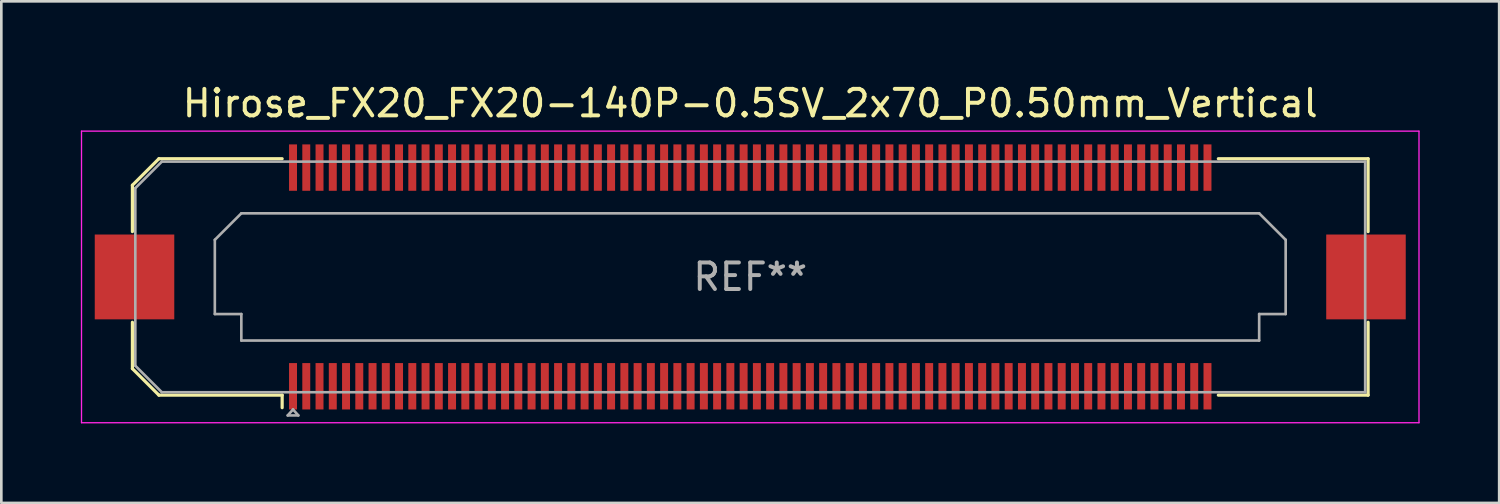
<source format=kicad_pcb>
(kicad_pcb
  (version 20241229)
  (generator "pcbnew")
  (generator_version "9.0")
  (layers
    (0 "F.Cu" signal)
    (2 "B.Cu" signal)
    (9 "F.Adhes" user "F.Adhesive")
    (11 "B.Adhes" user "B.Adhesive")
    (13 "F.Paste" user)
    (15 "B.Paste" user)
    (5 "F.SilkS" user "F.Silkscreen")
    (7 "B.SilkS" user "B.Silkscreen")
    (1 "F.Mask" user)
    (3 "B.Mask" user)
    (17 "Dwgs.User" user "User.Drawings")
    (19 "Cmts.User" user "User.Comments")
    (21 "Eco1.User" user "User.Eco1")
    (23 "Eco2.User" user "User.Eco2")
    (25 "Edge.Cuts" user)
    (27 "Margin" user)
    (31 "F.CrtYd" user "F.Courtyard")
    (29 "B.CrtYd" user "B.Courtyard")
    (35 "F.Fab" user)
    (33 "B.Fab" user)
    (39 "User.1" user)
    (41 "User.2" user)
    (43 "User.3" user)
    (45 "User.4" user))
  (footprint "Hirose_FX20_FX20-140P-0.5SV_2x70_P0.50mm_Vertical"
    (layer "F.Cu")
    (at 25.255 7.398)
    (property "Reference" "Hirose_FX20_FX20-140P-0.5SV_2x70_P0.50mm_Vertical" (at 0 -6.55 0) (layer "F.SilkS") (effects (font (size 1 1) (thickness 0.15))))
    (attr smd)
    (fp_line (start -23.31 -3.46) (end -22.31 -4.46) (stroke (width 0.12) (type solid)) (layer "F.SilkS"))
    (fp_line (start -23.31 -1.71) (end -23.31 -3.46) (stroke (width 0.12) (type solid)) (layer "F.SilkS"))
    (fp_line (start -23.31 3.46) (end -23.31 1.71) (stroke (width 0.12) (type solid)) (layer "F.SilkS"))
    (fp_line (start -22.31 -4.46) (end -17.66 -4.46) (stroke (width 0.12) (type solid)) (layer "F.SilkS"))
    (fp_line (start -22.31 4.46) (end -23.31 3.46) (stroke (width 0.12) (type solid)) (layer "F.SilkS"))
    (fp_line (start -17.66 4.46) (end -22.31 4.46) (stroke (width 0.12) (type solid)) (layer "F.SilkS"))
    (fp_line (start -17.66 4.933) (end -17.66 4.46) (stroke (width 0.12) (type solid)) (layer "F.SilkS"))
    (fp_line (start 17.66 4.46) (end 23.31 4.46) (stroke (width 0.12) (type solid)) (layer "F.SilkS"))
    (fp_line (start 23.31 -4.46) (end 17.66 -4.46) (stroke (width 0.12) (type solid)) (layer "F.SilkS"))
    (fp_line (start 23.31 -1.71) (end 23.31 -4.46) (stroke (width 0.12) (type solid)) (layer "F.SilkS"))
    (fp_line (start 23.31 4.46) (end 23.31 1.71) (stroke (width 0.12) (type solid)) (layer "F.SilkS"))
    (fp_line (start -25.23 -5.5) (end -25.23 5.5) (stroke (width 0.05) (type solid)) (layer "F.CrtYd"))
    (fp_line (start -25.23 5.5) (end 25.23 5.5) (stroke (width 0.05) (type solid)) (layer "F.CrtYd"))
    (fp_line (start 25.23 -5.5) (end -25.23 -5.5) (stroke (width 0.05) (type solid)) (layer "F.CrtYd"))
    (fp_line (start 25.23 5.5) (end 25.23 -5.5) (stroke (width 0.05) (type solid)) (layer "F.CrtYd"))
    (fp_line (start -23.2 -3.35) (end -22.2 -4.35) (stroke (width 0.1) (type solid)) (layer "F.Fab"))
    (fp_line (start -23.2 3.35) (end -23.2 -3.35) (stroke (width 0.1) (type solid)) (layer "F.Fab"))
    (fp_line (start -22.2 -4.35) (end 23.2 -4.35) (stroke (width 0.1) (type solid)) (layer "F.Fab"))
    (fp_line (start -22.2 4.35) (end -23.2 3.35) (stroke (width 0.1) (type solid)) (layer "F.Fab"))
    (fp_line (start -20.2 -1.4) (end -19.2 -2.4) (stroke (width 0.1) (type solid)) (layer "F.Fab"))
    (fp_line (start -20.2 1.4) (end -20.2 -1.4) (stroke (width 0.1) (type solid)) (layer "F.Fab"))
    (fp_line (start -19.2 -2.4) (end 19.2 -2.4) (stroke (width 0.1) (type solid)) (layer "F.Fab"))
    (fp_line (start -19.2 1.4) (end -20.2 1.4) (stroke (width 0.1) (type solid)) (layer "F.Fab"))
    (fp_line (start -19.2 2.4) (end -19.2 1.4) (stroke (width 0.1) (type solid)) (layer "F.Fab"))
    (fp_line (start -17.45 5.225) (end -17.25 5) (stroke (width 0.1) (type solid)) (layer "F.Fab"))
    (fp_line (start -17.25 5) (end -17.05 5.225) (stroke (width 0.1) (type solid)) (layer "F.Fab"))
    (fp_line (start -17.05 5.225) (end -17.45 5.225) (stroke (width 0.1) (type solid)) (layer "F.Fab"))
    (fp_line (start 19.2 -2.4) (end 20.2 -1.4) (stroke (width 0.1) (type solid)) (layer "F.Fab"))
    (fp_line (start 19.2 1.4) (end 19.2 2.4) (stroke (width 0.1) (type solid)) (layer "F.Fab"))
    (fp_line (start 19.2 2.4) (end -19.2 2.4) (stroke (width 0.1) (type solid)) (layer "F.Fab"))
    (fp_line (start 20.2 -1.4) (end 20.2 1.4) (stroke (width 0.1) (type solid)) (layer "F.Fab"))
    (fp_line (start 20.2 1.4) (end 19.2 1.4) (stroke (width 0.1) (type solid)) (layer "F.Fab"))
    (fp_line (start 23.2 -4.35) (end 23.2 4.35) (stroke (width 0.1) (type solid)) (layer "F.Fab"))
    (fp_line (start 23.2 4.35) (end -22.2 4.35) (stroke (width 0.1) (type solid)) (layer "F.Fab"))
    (fp_text user "REF**" (at 0 0 0) (layer "F.Fab") (effects (font (size 1 1) (thickness 0.15))))
    (pad "" smd rect (at -23.23 0) (size 2.98 3.18) (layers "F.Paste"))
    (pad "" smd rect (at -23.23 0) (size 3 3.2) (layers "F.Cu" "F.Mask"))
    (pad "" smd rect (at -17.25 -4.325) (size 0.28 1.35) (layers "F.Paste"))
    (pad "" smd rect (at -17.25 4.325) (size 0.28 1.35) (layers "F.Paste"))
    (pad "" smd rect (at -16.75 -4.325) (size 0.28 1.35) (layers "F.Paste"))
    (pad "" smd rect (at -16.75 4.325) (size 0.28 1.35) (layers "F.Paste"))
    (pad "" smd rect (at -16.25 -4.325) (size 0.28 1.35) (layers "F.Paste"))
    (pad "" smd rect (at -16.25 4.325) (size 0.28 1.35) (layers "F.Paste"))
    (pad "" smd rect (at -15.75 -4.325) (size 0.28 1.35) (layers "F.Paste"))
    (pad "" smd rect (at -15.75 4.325) (size 0.28 1.35) (layers "F.Paste"))
    (pad "" smd rect (at -15.25 -4.325) (size 0.28 1.35) (layers "F.Paste"))
    (pad "" smd rect (at -15.25 4.325) (size 0.28 1.35) (layers "F.Paste"))
    (pad "" smd rect (at -14.75 -4.325) (size 0.28 1.35) (layers "F.Paste"))
    (pad "" smd rect (at -14.75 4.325) (size 0.28 1.35) (layers "F.Paste"))
    (pad "" smd rect (at -14.25 -4.325) (size 0.28 1.35) (layers "F.Paste"))
    (pad "" smd rect (at -14.25 4.325) (size 0.28 1.35) (layers "F.Paste"))
    (pad "" smd rect (at -13.75 -4.325) (size 0.28 1.35) (layers "F.Paste"))
    (pad "" smd rect (at -13.75 4.325) (size 0.28 1.35) (layers "F.Paste"))
    (pad "" smd rect (at -13.25 -4.325) (size 0.28 1.35) (layers "F.Paste"))
    (pad "" smd rect (at -13.25 4.325) (size 0.28 1.35) (layers "F.Paste"))
    (pad "" smd rect (at -12.75 -4.325) (size 0.28 1.35) (layers "F.Paste"))
    (pad "" smd rect (at -12.75 4.325) (size 0.28 1.35) (layers "F.Paste"))
    (pad "" smd rect (at -12.25 -4.325) (size 0.28 1.35) (layers "F.Paste"))
    (pad "" smd rect (at -12.25 4.325) (size 0.28 1.35) (layers "F.Paste"))
    (pad "" smd rect (at -11.75 -4.325) (size 0.28 1.35) (layers "F.Paste"))
    (pad "" smd rect (at -11.75 4.325) (size 0.28 1.35) (layers "F.Paste"))
    (pad "" smd rect (at -11.25 -4.325) (size 0.28 1.35) (layers "F.Paste"))
    (pad "" smd rect (at -11.25 4.325) (size 0.28 1.35) (layers "F.Paste"))
    (pad "" smd rect (at -10.75 -4.325) (size 0.28 1.35) (layers "F.Paste"))
    (pad "" smd rect (at -10.75 4.325) (size 0.28 1.35) (layers "F.Paste"))
    (pad "" smd rect (at -10.25 -4.325) (size 0.28 1.35) (layers "F.Paste"))
    (pad "" smd rect (at -10.25 4.325) (size 0.28 1.35) (layers "F.Paste"))
    (pad "" smd rect (at -9.75 -4.325) (size 0.28 1.35) (layers "F.Paste"))
    (pad "" smd rect (at -9.75 4.325) (size 0.28 1.35) (layers "F.Paste"))
    (pad "" smd rect (at -9.25 -4.325) (size 0.28 1.35) (layers "F.Paste"))
    (pad "" smd rect (at -9.25 4.325) (size 0.28 1.35) (layers "F.Paste"))
    (pad "" smd rect (at -8.75 -4.325) (size 0.28 1.35) (layers "F.Paste"))
    (pad "" smd rect (at -8.75 4.325) (size 0.28 1.35) (layers "F.Paste"))
    (pad "" smd rect (at -8.25 -4.325) (size 0.28 1.35) (layers "F.Paste"))
    (pad "" smd rect (at -8.25 4.325) (size 0.28 1.35) (layers "F.Paste"))
    (pad "" smd rect (at -7.75 -4.325) (size 0.28 1.35) (layers "F.Paste"))
    (pad "" smd rect (at -7.75 4.325) (size 0.28 1.35) (layers "F.Paste"))
    (pad "" smd rect (at -7.25 -4.325) (size 0.28 1.35) (layers "F.Paste"))
    (pad "" smd rect (at -7.25 4.325) (size 0.28 1.35) (layers "F.Paste"))
    (pad "" smd rect (at -6.75 -4.325) (size 0.28 1.35) (layers "F.Paste"))
    (pad "" smd rect (at -6.75 4.325) (size 0.28 1.35) (layers "F.Paste"))
    (pad "" smd rect (at -6.25 -4.325) (size 0.28 1.35) (layers "F.Paste"))
    (pad "" smd rect (at -6.25 4.325) (size 0.28 1.35) (layers "F.Paste"))
    (pad "" smd rect (at -5.75 -4.325) (size 0.28 1.35) (layers "F.Paste"))
    (pad "" smd rect (at -5.75 4.325) (size 0.28 1.35) (layers "F.Paste"))
    (pad "" smd rect (at -5.25 -4.325) (size 0.28 1.35) (layers "F.Paste"))
    (pad "" smd rect (at -5.25 4.325) (size 0.28 1.35) (layers "F.Paste"))
    (pad "" smd rect (at -4.75 -4.325) (size 0.28 1.35) (layers "F.Paste"))
    (pad "" smd rect (at -4.75 4.325) (size 0.28 1.35) (layers "F.Paste"))
    (pad "" smd rect (at -4.25 -4.325) (size 0.28 1.35) (layers "F.Paste"))
    (pad "" smd rect (at -4.25 4.325) (size 0.28 1.35) (layers "F.Paste"))
    (pad "" smd rect (at -3.75 -4.325) (size 0.28 1.35) (layers "F.Paste"))
    (pad "" smd rect (at -3.75 4.325) (size 0.28 1.35) (layers "F.Paste"))
    (pad "" smd rect (at -3.25 -4.325) (size 0.28 1.35) (layers "F.Paste"))
    (pad "" smd rect (at -3.25 4.325) (size 0.28 1.35) (layers "F.Paste"))
    (pad "" smd rect (at -2.75 -4.325) (size 0.28 1.35) (layers "F.Paste"))
    (pad "" smd rect (at -2.75 4.325) (size 0.28 1.35) (layers "F.Paste"))
    (pad "" smd rect (at -2.25 -4.325) (size 0.28 1.35) (layers "F.Paste"))
    (pad "" smd rect (at -2.25 4.325) (size 0.28 1.35) (layers "F.Paste"))
    (pad "" smd rect (at -1.75 -4.325) (size 0.28 1.35) (layers "F.Paste"))
    (pad "" smd rect (at -1.75 4.325) (size 0.28 1.35) (layers "F.Paste"))
    (pad "" smd rect (at -1.25 -4.325) (size 0.28 1.35) (layers "F.Paste"))
    (pad "" smd rect (at -1.25 4.325) (size 0.28 1.35) (layers "F.Paste"))
    (pad "" smd rect (at -0.75 -4.325) (size 0.28 1.35) (layers "F.Paste"))
    (pad "" smd rect (at -0.75 4.325) (size 0.28 1.35) (layers "F.Paste"))
    (pad "" smd rect (at -0.25 -4.325) (size 0.28 1.35) (layers "F.Paste"))
    (pad "" smd rect (at -0.25 4.325) (size 0.28 1.35) (layers "F.Paste"))
    (pad "" smd rect (at 0.25 -4.325) (size 0.28 1.35) (layers "F.Paste"))
    (pad "" smd rect (at 0.25 4.325) (size 0.28 1.35) (layers "F.Paste"))
    (pad "" smd rect (at 0.75 -4.325) (size 0.28 1.35) (layers "F.Paste"))
    (pad "" smd rect (at 0.75 4.325) (size 0.28 1.35) (layers "F.Paste"))
    (pad "" smd rect (at 1.25 -4.325) (size 0.28 1.35) (layers "F.Paste"))
    (pad "" smd rect (at 1.25 4.325) (size 0.28 1.35) (layers "F.Paste"))
    (pad "" smd rect (at 1.75 -4.325) (size 0.28 1.35) (layers "F.Paste"))
    (pad "" smd rect (at 1.75 4.325) (size 0.28 1.35) (layers "F.Paste"))
    (pad "" smd rect (at 2.25 -4.325) (size 0.28 1.35) (layers "F.Paste"))
    (pad "" smd rect (at 2.25 4.325) (size 0.28 1.35) (layers "F.Paste"))
    (pad "" smd rect (at 2.75 -4.325) (size 0.28 1.35) (layers "F.Paste"))
    (pad "" smd rect (at 2.75 4.325) (size 0.28 1.35) (layers "F.Paste"))
    (pad "" smd rect (at 3.25 -4.325) (size 0.28 1.35) (layers "F.Paste"))
    (pad "" smd rect (at 3.25 4.325) (size 0.28 1.35) (layers "F.Paste"))
    (pad "" smd rect (at 3.75 -4.325) (size 0.28 1.35) (layers "F.Paste"))
    (pad "" smd rect (at 3.75 4.325) (size 0.28 1.35) (layers "F.Paste"))
    (pad "" smd rect (at 4.25 -4.325) (size 0.28 1.35) (layers "F.Paste"))
    (pad "" smd rect (at 4.25 4.325) (size 0.28 1.35) (layers "F.Paste"))
    (pad "" smd rect (at 4.75 -4.325) (size 0.28 1.35) (layers "F.Paste"))
    (pad "" smd rect (at 4.75 4.325) (size 0.28 1.35) (layers "F.Paste"))
    (pad "" smd rect (at 5.25 -4.325) (size 0.28 1.35) (layers "F.Paste"))
    (pad "" smd rect (at 5.25 4.325) (size 0.28 1.35) (layers "F.Paste"))
    (pad "" smd rect (at 5.75 -4.325) (size 0.28 1.35) (layers "F.Paste"))
    (pad "" smd rect (at 5.75 4.325) (size 0.28 1.35) (layers "F.Paste"))
    (pad "" smd rect (at 6.25 -4.325) (size 0.28 1.35) (layers "F.Paste"))
    (pad "" smd rect (at 6.25 4.325) (size 0.28 1.35) (layers "F.Paste"))
    (pad "" smd rect (at 6.75 -4.325) (size 0.28 1.35) (layers "F.Paste"))
    (pad "" smd rect (at 6.75 4.325) (size 0.28 1.35) (layers "F.Paste"))
    (pad "" smd rect (at 7.25 -4.325) (size 0.28 1.35) (layers "F.Paste"))
    (pad "" smd rect (at 7.25 4.325) (size 0.28 1.35) (layers "F.Paste"))
    (pad "" smd rect (at 7.75 -4.325) (size 0.28 1.35) (layers "F.Paste"))
    (pad "" smd rect (at 7.75 4.325) (size 0.28 1.35) (layers "F.Paste"))
    (pad "" smd rect (at 8.25 -4.325) (size 0.28 1.35) (layers "F.Paste"))
    (pad "" smd rect (at 8.25 4.325) (size 0.28 1.35) (layers "F.Paste"))
    (pad "" smd rect (at 8.75 -4.325) (size 0.28 1.35) (layers "F.Paste"))
    (pad "" smd rect (at 8.75 4.325) (size 0.28 1.35) (layers "F.Paste"))
    (pad "" smd rect (at 9.25 -4.325) (size 0.28 1.35) (layers "F.Paste"))
    (pad "" smd rect (at 9.25 4.325) (size 0.28 1.35) (layers "F.Paste"))
    (pad "" smd rect (at 9.75 -4.325) (size 0.28 1.35) (layers "F.Paste"))
    (pad "" smd rect (at 9.75 4.325) (size 0.28 1.35) (layers "F.Paste"))
    (pad "" smd rect (at 10.25 -4.325) (size 0.28 1.35) (layers "F.Paste"))
    (pad "" smd rect (at 10.25 4.325) (size 0.28 1.35) (layers "F.Paste"))
    (pad "" smd rect (at 10.75 -4.325) (size 0.28 1.35) (layers "F.Paste"))
    (pad "" smd rect (at 10.75 4.325) (size 0.28 1.35) (layers "F.Paste"))
    (pad "" smd rect (at 11.25 -4.325) (size 0.28 1.35) (layers "F.Paste"))
    (pad "" smd rect (at 11.25 4.325) (size 0.28 1.35) (layers "F.Paste"))
    (pad "" smd rect (at 11.75 -4.325) (size 0.28 1.35) (layers "F.Paste"))
    (pad "" smd rect (at 11.75 4.325) (size 0.28 1.35) (layers "F.Paste"))
    (pad "" smd rect (at 12.25 -4.325) (size 0.28 1.35) (layers "F.Paste"))
    (pad "" smd rect (at 12.25 4.325) (size 0.28 1.35) (layers "F.Paste"))
    (pad "" smd rect (at 12.75 -4.325) (size 0.28 1.35) (layers "F.Paste"))
    (pad "" smd rect (at 12.75 4.325) (size 0.28 1.35) (layers "F.Paste"))
    (pad "" smd rect (at 13.25 -4.325) (size 0.28 1.35) (layers "F.Paste"))
    (pad "" smd rect (at 13.25 4.325) (size 0.28 1.35) (layers "F.Paste"))
    (pad "" smd rect (at 13.75 -4.325) (size 0.28 1.35) (layers "F.Paste"))
    (pad "" smd rect (at 13.75 4.325) (size 0.28 1.35) (layers "F.Paste"))
    (pad "" smd rect (at 14.25 -4.325) (size 0.28 1.35) (layers "F.Paste"))
    (pad "" smd rect (at 14.25 4.325) (size 0.28 1.35) (layers "F.Paste"))
    (pad "" smd rect (at 14.75 -4.325) (size 0.28 1.35) (layers "F.Paste"))
    (pad "" smd rect (at 14.75 4.325) (size 0.28 1.35) (layers "F.Paste"))
    (pad "" smd rect (at 15.25 -4.325) (size 0.28 1.35) (layers "F.Paste"))
    (pad "" smd rect (at 15.25 4.325) (size 0.28 1.35) (layers "F.Paste"))
    (pad "" smd rect (at 15.75 -4.325) (size 0.28 1.35) (layers "F.Paste"))
    (pad "" smd rect (at 15.75 4.325) (size 0.28 1.35) (layers "F.Paste"))
    (pad "" smd rect (at 16.25 -4.325) (size 0.28 1.35) (layers "F.Paste"))
    (pad "" smd rect (at 16.25 4.325) (size 0.28 1.35) (layers "F.Paste"))
    (pad "" smd rect (at 16.75 -4.325) (size 0.28 1.35) (layers "F.Paste"))
    (pad "" smd rect (at 16.75 4.325) (size 0.28 1.35) (layers "F.Paste"))
    (pad "" smd rect (at 17.25 -4.325) (size 0.28 1.35) (layers "F.Paste"))
    (pad "" smd rect (at 17.25 4.325) (size 0.28 1.35) (layers "F.Paste"))
    (pad "" smd rect (at 23.23 0) (size 2.98 3.18) (layers "F.Paste"))
    (pad "" smd rect (at 23.23 0) (size 3 3.2) (layers "F.Cu" "F.Mask"))
    (pad "1" smd rect (at -17.25 4.125) (size 0.3 1.75) (layers "F.Cu" "F.Mask"))
    (pad "2" smd rect (at -17.25 -4.125) (size 0.3 1.75) (layers "F.Cu" "F.Mask"))
    (pad "3" smd rect (at -16.75 4.125) (size 0.3 1.75) (layers "F.Cu" "F.Mask"))
    (pad "4" smd rect (at -16.75 -4.125) (size 0.3 1.75) (layers "F.Cu" "F.Mask"))
    (pad "5" smd rect (at -16.25 4.125) (size 0.3 1.75) (layers "F.Cu" "F.Mask"))
    (pad "6" smd rect (at -16.25 -4.125) (size 0.3 1.75) (layers "F.Cu" "F.Mask"))
    (pad "7" smd rect (at -15.75 4.125) (size 0.3 1.75) (layers "F.Cu" "F.Mask"))
    (pad "8" smd rect (at -15.75 -4.125) (size 0.3 1.75) (layers "F.Cu" "F.Mask"))
    (pad "9" smd rect (at -15.25 4.125) (size 0.3 1.75) (layers "F.Cu" "F.Mask"))
    (pad "10" smd rect (at -15.25 -4.125) (size 0.3 1.75) (layers "F.Cu" "F.Mask"))
    (pad "11" smd rect (at -14.75 4.125) (size 0.3 1.75) (layers "F.Cu" "F.Mask"))
    (pad "12" smd rect (at -14.75 -4.125) (size 0.3 1.75) (layers "F.Cu" "F.Mask"))
    (pad "13" smd rect (at -14.25 4.125) (size 0.3 1.75) (layers "F.Cu" "F.Mask"))
    (pad "14" smd rect (at -14.25 -4.125) (size 0.3 1.75) (layers "F.Cu" "F.Mask"))
    (pad "15" smd rect (at -13.75 4.125) (size 0.3 1.75) (layers "F.Cu" "F.Mask"))
    (pad "16" smd rect (at -13.75 -4.125) (size 0.3 1.75) (layers "F.Cu" "F.Mask"))
    (pad "17" smd rect (at -13.25 4.125) (size 0.3 1.75) (layers "F.Cu" "F.Mask"))
    (pad "18" smd rect (at -13.25 -4.125) (size 0.3 1.75) (layers "F.Cu" "F.Mask"))
    (pad "19" smd rect (at -12.75 4.125) (size 0.3 1.75) (layers "F.Cu" "F.Mask"))
    (pad "20" smd rect (at -12.75 -4.125) (size 0.3 1.75) (layers "F.Cu" "F.Mask"))
    (pad "21" smd rect (at -12.25 4.125) (size 0.3 1.75) (layers "F.Cu" "F.Mask"))
    (pad "22" smd rect (at -12.25 -4.125) (size 0.3 1.75) (layers "F.Cu" "F.Mask"))
    (pad "23" smd rect (at -11.75 4.125) (size 0.3 1.75) (layers "F.Cu" "F.Mask"))
    (pad "24" smd rect (at -11.75 -4.125) (size 0.3 1.75) (layers "F.Cu" "F.Mask"))
    (pad "25" smd rect (at -11.25 4.125) (size 0.3 1.75) (layers "F.Cu" "F.Mask"))
    (pad "26" smd rect (at -11.25 -4.125) (size 0.3 1.75) (layers "F.Cu" "F.Mask"))
    (pad "27" smd rect (at -10.75 4.125) (size 0.3 1.75) (layers "F.Cu" "F.Mask"))
    (pad "28" smd rect (at -10.75 -4.125) (size 0.3 1.75) (layers "F.Cu" "F.Mask"))
    (pad "29" smd rect (at -10.25 4.125) (size 0.3 1.75) (layers "F.Cu" "F.Mask"))
    (pad "30" smd rect (at -10.25 -4.125) (size 0.3 1.75) (layers "F.Cu" "F.Mask"))
    (pad "31" smd rect (at -9.75 4.125) (size 0.3 1.75) (layers "F.Cu" "F.Mask"))
    (pad "32" smd rect (at -9.75 -4.125) (size 0.3 1.75) (layers "F.Cu" "F.Mask"))
    (pad "33" smd rect (at -9.25 4.125) (size 0.3 1.75) (layers "F.Cu" "F.Mask"))
    (pad "34" smd rect (at -9.25 -4.125) (size 0.3 1.75) (layers "F.Cu" "F.Mask"))
    (pad "35" smd rect (at -8.75 4.125) (size 0.3 1.75) (layers "F.Cu" "F.Mask"))
    (pad "36" smd rect (at -8.75 -4.125) (size 0.3 1.75) (layers "F.Cu" "F.Mask"))
    (pad "37" smd rect (at -8.25 4.125) (size 0.3 1.75) (layers "F.Cu" "F.Mask"))
    (pad "38" smd rect (at -8.25 -4.125) (size 0.3 1.75) (layers "F.Cu" "F.Mask"))
    (pad "39" smd rect (at -7.75 4.125) (size 0.3 1.75) (layers "F.Cu" "F.Mask"))
    (pad "40" smd rect (at -7.75 -4.125) (size 0.3 1.75) (layers "F.Cu" "F.Mask"))
    (pad "41" smd rect (at -7.25 4.125) (size 0.3 1.75) (layers "F.Cu" "F.Mask"))
    (pad "42" smd rect (at -7.25 -4.125) (size 0.3 1.75) (layers "F.Cu" "F.Mask"))
    (pad "43" smd rect (at -6.75 4.125) (size 0.3 1.75) (layers "F.Cu" "F.Mask"))
    (pad "44" smd rect (at -6.75 -4.125) (size 0.3 1.75) (layers "F.Cu" "F.Mask"))
    (pad "45" smd rect (at -6.25 4.125) (size 0.3 1.75) (layers "F.Cu" "F.Mask"))
    (pad "46" smd rect (at -6.25 -4.125) (size 0.3 1.75) (layers "F.Cu" "F.Mask"))
    (pad "47" smd rect (at -5.75 4.125) (size 0.3 1.75) (layers "F.Cu" "F.Mask"))
    (pad "48" smd rect (at -5.75 -4.125) (size 0.3 1.75) (layers "F.Cu" "F.Mask"))
    (pad "49" smd rect (at -5.25 4.125) (size 0.3 1.75) (layers "F.Cu" "F.Mask"))
    (pad "50" smd rect (at -5.25 -4.125) (size 0.3 1.75) (layers "F.Cu" "F.Mask"))
    (pad "51" smd rect (at -4.75 4.125) (size 0.3 1.75) (layers "F.Cu" "F.Mask"))
    (pad "52" smd rect (at -4.75 -4.125) (size 0.3 1.75) (layers "F.Cu" "F.Mask"))
    (pad "53" smd rect (at -4.25 4.125) (size 0.3 1.75) (layers "F.Cu" "F.Mask"))
    (pad "54" smd rect (at -4.25 -4.125) (size 0.3 1.75) (layers "F.Cu" "F.Mask"))
    (pad "55" smd rect (at -3.75 4.125) (size 0.3 1.75) (layers "F.Cu" "F.Mask"))
    (pad "56" smd rect (at -3.75 -4.125) (size 0.3 1.75) (layers "F.Cu" "F.Mask"))
    (pad "57" smd rect (at -3.25 4.125) (size 0.3 1.75) (layers "F.Cu" "F.Mask"))
    (pad "58" smd rect (at -3.25 -4.125) (size 0.3 1.75) (layers "F.Cu" "F.Mask"))
    (pad "59" smd rect (at -2.75 4.125) (size 0.3 1.75) (layers "F.Cu" "F.Mask"))
    (pad "60" smd rect (at -2.75 -4.125) (size 0.3 1.75) (layers "F.Cu" "F.Mask"))
    (pad "61" smd rect (at -2.25 4.125) (size 0.3 1.75) (layers "F.Cu" "F.Mask"))
    (pad "62" smd rect (at -2.25 -4.125) (size 0.3 1.75) (layers "F.Cu" "F.Mask"))
    (pad "63" smd rect (at -1.75 4.125) (size 0.3 1.75) (layers "F.Cu" "F.Mask"))
    (pad "64" smd rect (at -1.75 -4.125) (size 0.3 1.75) (layers "F.Cu" "F.Mask"))
    (pad "65" smd rect (at -1.25 4.125) (size 0.3 1.75) (layers "F.Cu" "F.Mask"))
    (pad "66" smd rect (at -1.25 -4.125) (size 0.3 1.75) (layers "F.Cu" "F.Mask"))
    (pad "67" smd rect (at -0.75 4.125) (size 0.3 1.75) (layers "F.Cu" "F.Mask"))
    (pad "68" smd rect (at -0.75 -4.125) (size 0.3 1.75) (layers "F.Cu" "F.Mask"))
    (pad "69" smd rect (at -0.25 4.125) (size 0.3 1.75) (layers "F.Cu" "F.Mask"))
    (pad "70" smd rect (at -0.25 -4.125) (size 0.3 1.75) (layers "F.Cu" "F.Mask"))
    (pad "71" smd rect (at 0.25 4.125) (size 0.3 1.75) (layers "F.Cu" "F.Mask"))
    (pad "72" smd rect (at 0.25 -4.125) (size 0.3 1.75) (layers "F.Cu" "F.Mask"))
    (pad "73" smd rect (at 0.75 4.125) (size 0.3 1.75) (layers "F.Cu" "F.Mask"))
    (pad "74" smd rect (at 0.75 -4.125) (size 0.3 1.75) (layers "F.Cu" "F.Mask"))
    (pad "75" smd rect (at 1.25 4.125) (size 0.3 1.75) (layers "F.Cu" "F.Mask"))
    (pad "76" smd rect (at 1.25 -4.125) (size 0.3 1.75) (layers "F.Cu" "F.Mask"))
    (pad "77" smd rect (at 1.75 4.125) (size 0.3 1.75) (layers "F.Cu" "F.Mask"))
    (pad "78" smd rect (at 1.75 -4.125) (size 0.3 1.75) (layers "F.Cu" "F.Mask"))
    (pad "79" smd rect (at 2.25 4.125) (size 0.3 1.75) (layers "F.Cu" "F.Mask"))
    (pad "80" smd rect (at 2.25 -4.125) (size 0.3 1.75) (layers "F.Cu" "F.Mask"))
    (pad "81" smd rect (at 2.75 4.125) (size 0.3 1.75) (layers "F.Cu" "F.Mask"))
    (pad "82" smd rect (at 2.75 -4.125) (size 0.3 1.75) (layers "F.Cu" "F.Mask"))
    (pad "83" smd rect (at 3.25 4.125) (size 0.3 1.75) (layers "F.Cu" "F.Mask"))
    (pad "84" smd rect (at 3.25 -4.125) (size 0.3 1.75) (layers "F.Cu" "F.Mask"))
    (pad "85" smd rect (at 3.75 4.125) (size 0.3 1.75) (layers "F.Cu" "F.Mask"))
    (pad "86" smd rect (at 3.75 -4.125) (size 0.3 1.75) (layers "F.Cu" "F.Mask"))
    (pad "87" smd rect (at 4.25 4.125) (size 0.3 1.75) (layers "F.Cu" "F.Mask"))
    (pad "88" smd rect (at 4.25 -4.125) (size 0.3 1.75) (layers "F.Cu" "F.Mask"))
    (pad "89" smd rect (at 4.75 4.125) (size 0.3 1.75) (layers "F.Cu" "F.Mask"))
    (pad "90" smd rect (at 4.75 -4.125) (size 0.3 1.75) (layers "F.Cu" "F.Mask"))
    (pad "91" smd rect (at 5.25 4.125) (size 0.3 1.75) (layers "F.Cu" "F.Mask"))
    (pad "92" smd rect (at 5.25 -4.125) (size 0.3 1.75) (layers "F.Cu" "F.Mask"))
    (pad "93" smd rect (at 5.75 4.125) (size 0.3 1.75) (layers "F.Cu" "F.Mask"))
    (pad "94" smd rect (at 5.75 -4.125) (size 0.3 1.75) (layers "F.Cu" "F.Mask"))
    (pad "95" smd rect (at 6.25 4.125) (size 0.3 1.75) (layers "F.Cu" "F.Mask"))
    (pad "96" smd rect (at 6.25 -4.125) (size 0.3 1.75) (layers "F.Cu" "F.Mask"))
    (pad "97" smd rect (at 6.75 4.125) (size 0.3 1.75) (layers "F.Cu" "F.Mask"))
    (pad "98" smd rect (at 6.75 -4.125) (size 0.3 1.75) (layers "F.Cu" "F.Mask"))
    (pad "99" smd rect (at 7.25 4.125) (size 0.3 1.75) (layers "F.Cu" "F.Mask"))
    (pad "100" smd rect (at 7.25 -4.125) (size 0.3 1.75) (layers "F.Cu" "F.Mask"))
    (pad "101" smd rect (at 7.75 4.125) (size 0.3 1.75) (layers "F.Cu" "F.Mask"))
    (pad "102" smd rect (at 7.75 -4.125) (size 0.3 1.75) (layers "F.Cu" "F.Mask"))
    (pad "103" smd rect (at 8.25 4.125) (size 0.3 1.75) (layers "F.Cu" "F.Mask"))
    (pad "104" smd rect (at 8.25 -4.125) (size 0.3 1.75) (layers "F.Cu" "F.Mask"))
    (pad "105" smd rect (at 8.75 4.125) (size 0.3 1.75) (layers "F.Cu" "F.Mask"))
    (pad "106" smd rect (at 8.75 -4.125) (size 0.3 1.75) (layers "F.Cu" "F.Mask"))
    (pad "107" smd rect (at 9.25 4.125) (size 0.3 1.75) (layers "F.Cu" "F.Mask"))
    (pad "108" smd rect (at 9.25 -4.125) (size 0.3 1.75) (layers "F.Cu" "F.Mask"))
    (pad "109" smd rect (at 9.75 4.125) (size 0.3 1.75) (layers "F.Cu" "F.Mask"))
    (pad "110" smd rect (at 9.75 -4.125) (size 0.3 1.75) (layers "F.Cu" "F.Mask"))
    (pad "111" smd rect (at 10.25 4.125) (size 0.3 1.75) (layers "F.Cu" "F.Mask"))
    (pad "112" smd rect (at 10.25 -4.125) (size 0.3 1.75) (layers "F.Cu" "F.Mask"))
    (pad "113" smd rect (at 10.75 4.125) (size 0.3 1.75) (layers "F.Cu" "F.Mask"))
    (pad "114" smd rect (at 10.75 -4.125) (size 0.3 1.75) (layers "F.Cu" "F.Mask"))
    (pad "115" smd rect (at 11.25 4.125) (size 0.3 1.75) (layers "F.Cu" "F.Mask"))
    (pad "116" smd rect (at 11.25 -4.125) (size 0.3 1.75) (layers "F.Cu" "F.Mask"))
    (pad "117" smd rect (at 11.75 4.125) (size 0.3 1.75) (layers "F.Cu" "F.Mask"))
    (pad "118" smd rect (at 11.75 -4.125) (size 0.3 1.75) (layers "F.Cu" "F.Mask"))
    (pad "119" smd rect (at 12.25 4.125) (size 0.3 1.75) (layers "F.Cu" "F.Mask"))
    (pad "120" smd rect (at 12.25 -4.125) (size 0.3 1.75) (layers "F.Cu" "F.Mask"))
    (pad "121" smd rect (at 12.75 4.125) (size 0.3 1.75) (layers "F.Cu" "F.Mask"))
    (pad "122" smd rect (at 12.75 -4.125) (size 0.3 1.75) (layers "F.Cu" "F.Mask"))
    (pad "123" smd rect (at 13.25 4.125) (size 0.3 1.75) (layers "F.Cu" "F.Mask"))
    (pad "124" smd rect (at 13.25 -4.125) (size 0.3 1.75) (layers "F.Cu" "F.Mask"))
    (pad "125" smd rect (at 13.75 4.125) (size 0.3 1.75) (layers "F.Cu" "F.Mask"))
    (pad "126" smd rect (at 13.75 -4.125) (size 0.3 1.75) (layers "F.Cu" "F.Mask"))
    (pad "127" smd rect (at 14.25 4.125) (size 0.3 1.75) (layers "F.Cu" "F.Mask"))
    (pad "128" smd rect (at 14.25 -4.125) (size 0.3 1.75) (layers "F.Cu" "F.Mask"))
    (pad "129" smd rect (at 14.75 4.125) (size 0.3 1.75) (layers "F.Cu" "F.Mask"))
    (pad "130" smd rect (at 14.75 -4.125) (size 0.3 1.75) (layers "F.Cu" "F.Mask"))
    (pad "131" smd rect (at 15.25 4.125) (size 0.3 1.75) (layers "F.Cu" "F.Mask"))
    (pad "132" smd rect (at 15.25 -4.125) (size 0.3 1.75) (layers "F.Cu" "F.Mask"))
    (pad "133" smd rect (at 15.75 4.125) (size 0.3 1.75) (layers "F.Cu" "F.Mask"))
    (pad "134" smd rect (at 15.75 -4.125) (size 0.3 1.75) (layers "F.Cu" "F.Mask"))
    (pad "135" smd rect (at 16.25 4.125) (size 0.3 1.75) (layers "F.Cu" "F.Mask"))
    (pad "136" smd rect (at 16.25 -4.125) (size 0.3 1.75) (layers "F.Cu" "F.Mask"))
    (pad "137" smd rect (at 16.75 4.125) (size 0.3 1.75) (layers "F.Cu" "F.Mask"))
    (pad "138" smd rect (at 16.75 -4.125) (size 0.3 1.75) (layers "F.Cu" "F.Mask"))
    (pad "139" smd rect (at 17.25 4.125) (size 0.3 1.75) (layers "F.Cu" "F.Mask"))
    (pad "140" smd rect (at 17.25 -4.125) (size 0.3 1.75) (layers "F.Cu" "F.Mask")))
  (gr_rect
    (start -3 -3)
    (end 53.51 15.923)
    (stroke (width 0.1) (type default))
    (fill no)
    (layer "Edge.Cuts")))
</source>
